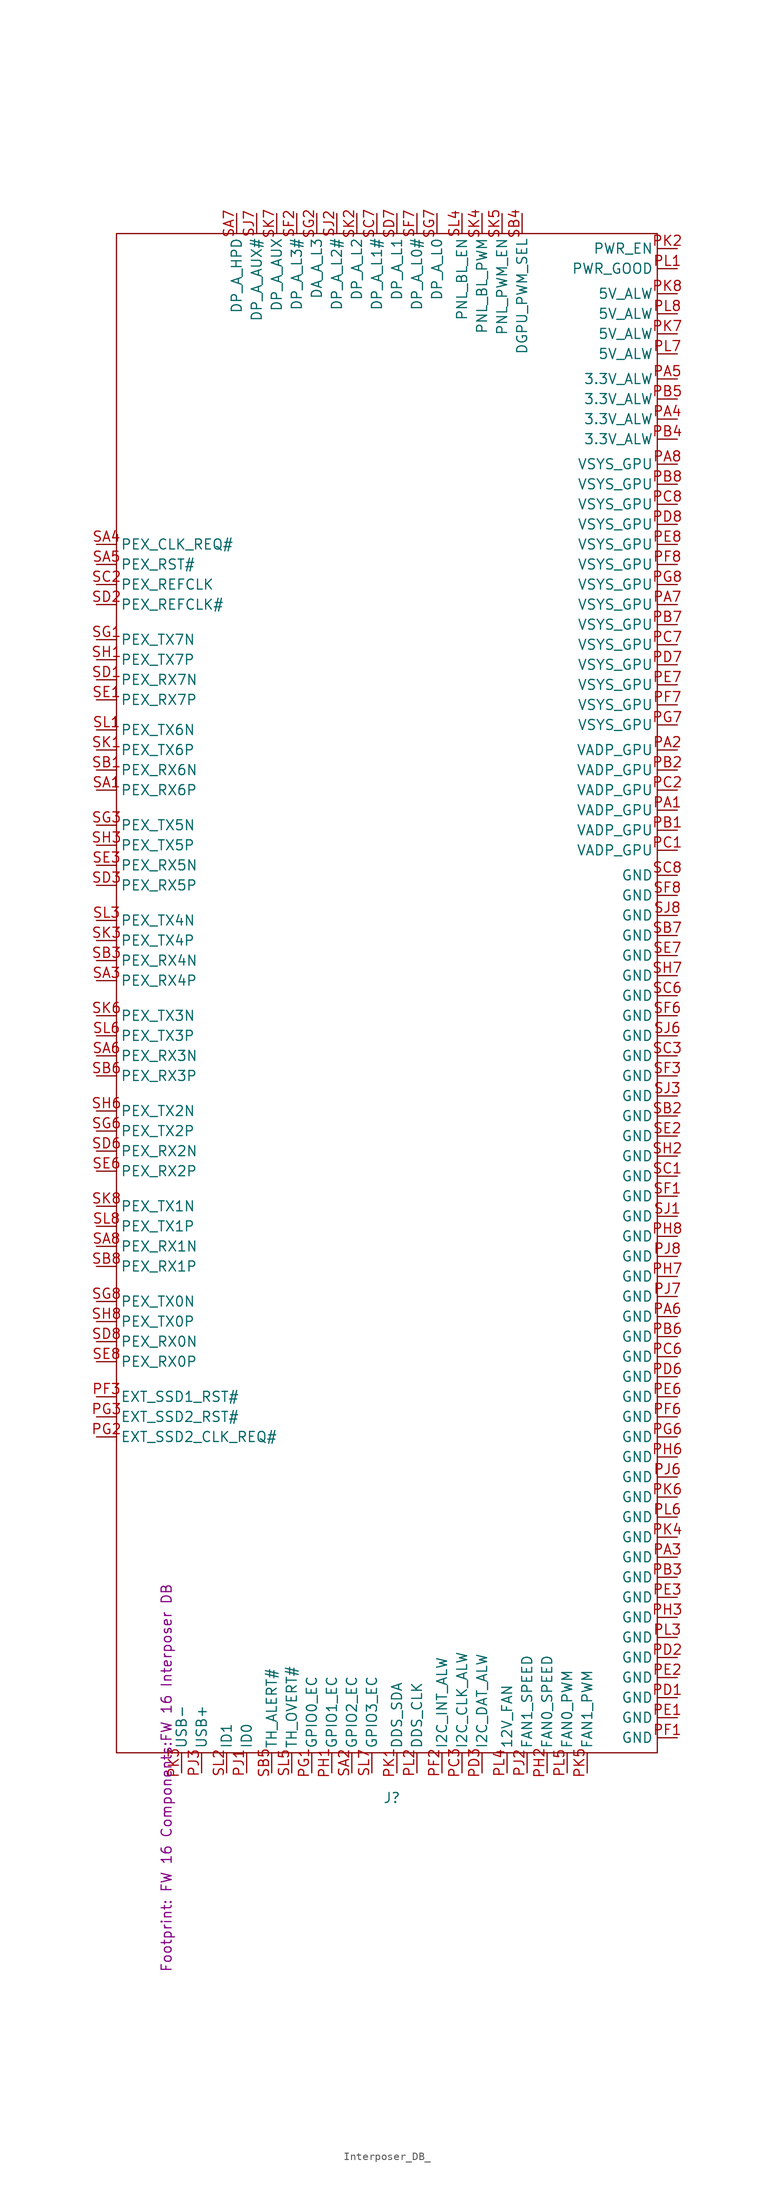
<source format=kicad_sym>
(kicad_symbol_lib
  (version 20231120)
  (generator "kicad_symbol_editor")
  (generator_version "8.0")
  (symbol "Interposer_DB_"
    (property "Reference" "J"
      (at 0 -1.27 0)
      (effects (font (size 1.27 1.27))))
    (property "Value" ""
      (at -28.575 1.27 90)
      (effects (font (size 1.27 1.27))))
    (property "Footprint" "FW 16 Components:FW 16 Interposer DB"
      (at -28.575 1.27 90)
      (show_name)
      (effects (font (size 1.27 1.27))))
    (symbol "Interposer_DB__0_1"
      (rectangle (start -34.925 196.85) (end 33.655 4.445) (stroke (width 0) (type default)) (fill (type none))))
    (symbol "Interposer_DB__1_1"
      (pin bidirectional line (at 36.195 123.825 180) (length 2.54) (name "VADP_GPU" (effects (font (size 1.27 1.27)))) (number "PA1" (effects (font (size 1.27 1.27)))))
      (pin bidirectional line (at 36.195 131.445 180) (length 2.54) (name "VADP_GPU" (effects (font (size 1.27 1.27)))) (number "PA2" (effects (font (size 1.27 1.27)))))
      (pin bidirectional line (at 36.195 29.21 180) (length 2.54) (name "GND" (effects (font (size 1.27 1.27)))) (number "PA3" (effects (font (size 1.27 1.27)))))
      (pin bidirectional line (at 36.195 173.355 180) (length 2.54) (name "3.3V_ALW" (effects (font (size 1.27 1.27)))) (number "PA4" (effects (font (size 1.27 1.27)))))
      (pin bidirectional line (at 36.195 178.435 180) (length 2.54) (name "3.3V_ALW" (effects (font (size 1.27 1.27)))) (number "PA5" (effects (font (size 1.27 1.27)))))
      (pin bidirectional line (at 36.195 59.69 180) (length 2.54) (name "GND" (effects (font (size 1.27 1.27)))) (number "PA6" (effects (font (size 1.27 1.27)))))
      (pin bidirectional line (at 36.195 149.86 180) (length 2.54) (name "VSYS_GPU" (effects (font (size 1.27 1.27)))) (number "PA7" (effects (font (size 1.27 1.27)))))
      (pin bidirectional line (at 36.195 167.64 180) (length 2.54) (name "VSYS_GPU" (effects (font (size 1.27 1.27)))) (number "PA8" (effects (font (size 1.27 1.27)))))
      (pin bidirectional line (at 36.195 121.285 180) (length 2.54) (name "VADP_GPU" (effects (font (size 1.27 1.27)))) (number "PB1" (effects (font (size 1.27 1.27)))))
      (pin bidirectional line (at 36.195 128.905 180) (length 2.54) (name "VADP_GPU" (effects (font (size 1.27 1.27)))) (number "PB2" (effects (font (size 1.27 1.27)))))
      (pin bidirectional line (at 36.195 26.67 180) (length 2.54) (name "GND" (effects (font (size 1.27 1.27)))) (number "PB3" (effects (font (size 1.27 1.27)))))
      (pin bidirectional line (at 36.195 170.815 180) (length 2.54) (name "3.3V_ALW" (effects (font (size 1.27 1.27)))) (number "PB4" (effects (font (size 1.27 1.27)))))
      (pin bidirectional line (at 36.195 175.895 180) (length 2.54) (name "3.3V_ALW" (effects (font (size 1.27 1.27)))) (number "PB5" (effects (font (size 1.27 1.27)))))
      (pin bidirectional line (at 36.195 57.15 180) (length 2.54) (name "GND" (effects (font (size 1.27 1.27)))) (number "PB6" (effects (font (size 1.27 1.27)))))
      (pin bidirectional line (at 36.195 147.32 180) (length 2.54) (name "VSYS_GPU" (effects (font (size 1.27 1.27)))) (number "PB7" (effects (font (size 1.27 1.27)))))
      (pin bidirectional line (at 36.195 165.1 180) (length 2.54) (name "VSYS_GPU" (effects (font (size 1.27 1.27)))) (number "PB8" (effects (font (size 1.27 1.27)))))
      (pin bidirectional line (at 36.195 118.745 180) (length 2.54) (name "VADP_GPU" (effects (font (size 1.27 1.27)))) (number "PC1" (effects (font (size 1.27 1.27)))))
      (pin bidirectional line (at 36.195 126.365 180) (length 2.54) (name "VADP_GPU" (effects (font (size 1.27 1.27)))) (number "PC2" (effects (font (size 1.27 1.27)))))
      (pin bidirectional line (at 8.89 1.905 90) (length 2.54) (name "I2C_CLK_ALW" (effects (font (size 1.27 1.27)))) (number "PC3" (effects (font (size 1.27 1.27)))))
      (pin bidirectional line (at 36.195 54.61 180) (length 2.54) (name "GND" (effects (font (size 1.27 1.27)))) (number "PC6" (effects (font (size 1.27 1.27)))))
      (pin bidirectional line (at 36.195 144.78 180) (length 2.54) (name "VSYS_GPU" (effects (font (size 1.27 1.27)))) (number "PC7" (effects (font (size 1.27 1.27)))))
      (pin bidirectional line (at 36.195 162.56 180) (length 2.54) (name "VSYS_GPU" (effects (font (size 1.27 1.27)))) (number "PC8" (effects (font (size 1.27 1.27)))))
      (pin bidirectional line (at 36.195 11.43 180) (length 2.54) (name "GND" (effects (font (size 1.27 1.27)))) (number "PD1" (effects (font (size 1.27 1.27)))))
      (pin bidirectional line (at 36.195 16.51 180) (length 2.54) (name "GND" (effects (font (size 1.27 1.27)))) (number "PD2" (effects (font (size 1.27 1.27)))))
      (pin bidirectional line (at 11.43 1.905 90) (length 2.54) (name "I2C_DAT_ALW" (effects (font (size 1.27 1.27)))) (number "PD3" (effects (font (size 1.27 1.27)))))
      (pin bidirectional line (at 36.195 52.07 180) (length 2.54) (name "GND" (effects (font (size 1.27 1.27)))) (number "PD6" (effects (font (size 1.27 1.27)))))
      (pin bidirectional line (at 36.195 142.24 180) (length 2.54) (name "VSYS_GPU" (effects (font (size 1.27 1.27)))) (number "PD7" (effects (font (size 1.27 1.27)))))
      (pin bidirectional line (at 36.195 160.02 180) (length 2.54) (name "VSYS_GPU" (effects (font (size 1.27 1.27)))) (number "PD8" (effects (font (size 1.27 1.27)))))
      (pin bidirectional line (at 36.195 8.89 180) (length 2.54) (name "GND" (effects (font (size 1.27 1.27)))) (number "PE1" (effects (font (size 1.27 1.27)))))
      (pin bidirectional line (at 36.195 13.97 180) (length 2.54) (name "GND" (effects (font (size 1.27 1.27)))) (number "PE2" (effects (font (size 1.27 1.27)))))
      (pin bidirectional line (at 36.195 24.13 180) (length 2.54) (name "GND" (effects (font (size 1.27 1.27)))) (number "PE3" (effects (font (size 1.27 1.27)))))
      (pin bidirectional line (at 36.195 49.53 180) (length 2.54) (name "GND" (effects (font (size 1.27 1.27)))) (number "PE6" (effects (font (size 1.27 1.27)))))
      (pin bidirectional line (at 36.195 139.7 180) (length 2.54) (name "VSYS_GPU" (effects (font (size 1.27 1.27)))) (number "PE7" (effects (font (size 1.27 1.27)))))
      (pin bidirectional line (at 36.195 157.48 180) (length 2.54) (name "VSYS_GPU" (effects (font (size 1.27 1.27)))) (number "PE8" (effects (font (size 1.27 1.27)))))
      (pin bidirectional line (at 36.195 6.35 180) (length 2.54) (name "GND" (effects (font (size 1.27 1.27)))) (number "PF1" (effects (font (size 1.27 1.27)))))
      (pin bidirectional line (at 6.35 1.905 90) (length 2.54) (name "I2C_INT_ALW" (effects (font (size 1.27 1.27)))) (number "PF2" (effects (font (size 1.27 1.27)))))
      (pin bidirectional line (at -37.465 49.53 0) (length 2.54) (name "EXT_SSD1_RST#" (effects (font (size 1.27 1.27)))) (number "PF3" (effects (font (size 1.27 1.27)))))
      (pin bidirectional line (at 36.195 46.99 180) (length 2.54) (name "GND" (effects (font (size 1.27 1.27)))) (number "PF6" (effects (font (size 1.27 1.27)))))
      (pin bidirectional line (at 36.195 137.16 180) (length 2.54) (name "VSYS_GPU" (effects (font (size 1.27 1.27)))) (number "PF7" (effects (font (size 1.27 1.27)))))
      (pin bidirectional line (at 36.195 154.94 180) (length 2.54) (name "VSYS_GPU" (effects (font (size 1.27 1.27)))) (number "PF8" (effects (font (size 1.27 1.27)))))
      (pin bidirectional line (at -10.16 1.905 90) (length 2.54) (name "GPIO0_EC" (effects (font (size 1.27 1.27)))) (number "PG1" (effects (font (size 1.27 1.27)))))
      (pin bidirectional line (at -37.465 44.45 0) (length 2.54) (name "EXT_SSD2_CLK_REQ#" (effects (font (size 1.27 1.27)))) (number "PG2" (effects (font (size 1.27 1.27)))))
      (pin bidirectional line (at -37.465 46.99 0) (length 2.54) (name "EXT_SSD2_RST#" (effects (font (size 1.27 1.27)))) (number "PG3" (effects (font (size 1.27 1.27)))))
      (pin bidirectional line (at 36.195 44.45 180) (length 2.54) (name "GND" (effects (font (size 1.27 1.27)))) (number "PG6" (effects (font (size 1.27 1.27)))))
      (pin bidirectional line (at 36.195 134.62 180) (length 2.54) (name "VSYS_GPU" (effects (font (size 1.27 1.27)))) (number "PG7" (effects (font (size 1.27 1.27)))))
      (pin bidirectional line (at 36.195 152.4 180) (length 2.54) (name "VSYS_GPU" (effects (font (size 1.27 1.27)))) (number "PG8" (effects (font (size 1.27 1.27)))))
      (pin bidirectional line (at -7.62 1.905 90) (length 2.54) (name "GPIO1_EC" (effects (font (size 1.27 1.27)))) (number "PH1" (effects (font (size 1.27 1.27)))))
      (pin bidirectional line (at 19.685 1.905 90) (length 2.54) (name "FAN0_SPEED" (effects (font (size 1.27 1.27)))) (number "PH2" (effects (font (size 1.27 1.27)))))
      (pin bidirectional line (at 36.195 21.59 180) (length 2.54) (name "GND" (effects (font (size 1.27 1.27)))) (number "PH3" (effects (font (size 1.27 1.27)))))
      (pin bidirectional line (at 36.195 41.91 180) (length 2.54) (name "GND" (effects (font (size 1.27 1.27)))) (number "PH6" (effects (font (size 1.27 1.27)))))
      (pin bidirectional line (at 36.195 64.77 180) (length 2.54) (name "GND" (effects (font (size 1.27 1.27)))) (number "PH7" (effects (font (size 1.27 1.27)))))
      (pin bidirectional line (at 36.195 69.85 180) (length 2.54) (name "GND" (effects (font (size 1.27 1.27)))) (number "PH8" (effects (font (size 1.27 1.27)))))
      (pin output line (at -18.415 1.905 90) (length 2.54) (name "ID0" (effects (font (size 1.27 1.27)))) (number "PJ1" (effects (font (size 1.27 1.27)))))
      (pin bidirectional line (at 17.145 1.905 90) (length 2.54) (name "FAN1_SPEED" (effects (font (size 1.27 1.27)))) (number "PJ2" (effects (font (size 1.27 1.27)))))
      (pin bidirectional line (at -24.13 1.905 90) (length 2.54) (name "USB+" (effects (font (size 1.27 1.27)))) (number "PJ3" (effects (font (size 1.27 1.27)))))
      (pin bidirectional line (at 36.195 39.37 180) (length 2.54) (name "GND" (effects (font (size 1.27 1.27)))) (number "PJ6" (effects (font (size 1.27 1.27)))))
      (pin bidirectional line (at 36.195 62.23 180) (length 2.54) (name "GND" (effects (font (size 1.27 1.27)))) (number "PJ7" (effects (font (size 1.27 1.27)))))
      (pin bidirectional line (at 36.195 67.31 180) (length 2.54) (name "GND" (effects (font (size 1.27 1.27)))) (number "PJ8" (effects (font (size 1.27 1.27)))))
      (pin bidirectional line (at 0.635 1.905 90) (length 2.54) (name "DDS_SDA" (effects (font (size 1.27 1.27)))) (number "PK1" (effects (font (size 1.27 1.27)))))
      (pin bidirectional line (at 36.195 194.945 180) (length 2.54) (name "PWR_EN" (effects (font (size 1.27 1.27)))) (number "PK2" (effects (font (size 1.27 1.27)))))
      (pin bidirectional line (at -26.67 1.905 90) (length 2.54) (name "USB-" (effects (font (size 1.27 1.27)))) (number "PK3" (effects (font (size 1.27 1.27)))))
      (pin bidirectional line (at 36.195 31.75 180) (length 2.54) (name "GND" (effects (font (size 1.27 1.27)))) (number "PK4" (effects (font (size 1.27 1.27)))))
      (pin bidirectional line (at 24.765 1.905 90) (length 2.54) (name "FAN1_PWM" (effects (font (size 1.27 1.27)))) (number "PK5" (effects (font (size 1.27 1.27)))))
      (pin bidirectional line (at 36.195 36.83 180) (length 2.54) (name "GND" (effects (font (size 1.27 1.27)))) (number "PK6" (effects (font (size 1.27 1.27)))))
      (pin bidirectional line (at 36.195 184.15 180) (length 2.54) (name "5V_ALW" (effects (font (size 1.27 1.27)))) (number "PK7" (effects (font (size 1.27 1.27)))))
      (pin bidirectional line (at 36.195 189.23 180) (length 2.54) (name "5V_ALW" (effects (font (size 1.27 1.27)))) (number "PK8" (effects (font (size 1.27 1.27)))))
      (pin bidirectional line (at 36.195 192.405 180) (length 2.54) (name "PWR_GOOD" (effects (font (size 1.27 1.27)))) (number "PL1" (effects (font (size 1.27 1.27)))))
      (pin bidirectional line (at 3.175 1.905 90) (length 2.54) (name "DDS_CLK" (effects (font (size 1.27 1.27)))) (number "PL2" (effects (font (size 1.27 1.27)))))
      (pin bidirectional line (at 36.195 19.05 180) (length 2.54) (name "GND" (effects (font (size 1.27 1.27)))) (number "PL3" (effects (font (size 1.27 1.27)))))
      (pin bidirectional line (at 14.605 1.905 90) (length 2.54) (name "12V_FAN" (effects (font (size 1.27 1.27)))) (number "PL4" (effects (font (size 1.27 1.27)))))
      (pin bidirectional line (at 22.225 1.905 90) (length 2.54) (name "FAN0_PWM" (effects (font (size 1.27 1.27)))) (number "PL5" (effects (font (size 1.27 1.27)))))
      (pin bidirectional line (at 36.195 34.29 180) (length 2.54) (name "GND" (effects (font (size 1.27 1.27)))) (number "PL6" (effects (font (size 1.27 1.27)))))
      (pin bidirectional line (at 36.195 181.61 180) (length 2.54) (name "5V_ALW" (effects (font (size 1.27 1.27)))) (number "PL7" (effects (font (size 1.27 1.27)))))
      (pin bidirectional line (at 36.195 186.69 180) (length 2.54) (name "5V_ALW" (effects (font (size 1.27 1.27)))) (number "PL8" (effects (font (size 1.27 1.27)))))
      (pin bidirectional line (at -37.465 126.365 0) (length 2.54) (name "PEX_RX6P" (effects (font (size 1.27 1.27)))) (number "SA1" (effects (font (size 1.27 1.27)))))
      (pin bidirectional line (at -5.08 1.905 90) (length 2.54) (name "GPIO2_EC" (effects (font (size 1.27 1.27)))) (number "SA2" (effects (font (size 1.27 1.27)))))
      (pin bidirectional line (at -37.465 102.235 0) (length 2.54) (name "PEX_RX4P" (effects (font (size 1.27 1.27)))) (number "SA3" (effects (font (size 1.27 1.27)))))
      (pin bidirectional line (at -37.465 157.48 0) (length 2.54) (name "PEX_CLK_REQ#" (effects (font (size 1.27 1.27)))) (number "SA4" (effects (font (size 1.27 1.27)))))
      (pin bidirectional line (at -37.465 154.94 0) (length 2.54) (name "PEX_RST#" (effects (font (size 1.27 1.27)))) (number "SA5" (effects (font (size 1.27 1.27)))))
      (pin bidirectional line (at -37.465 92.71 0) (length 2.54) (name "PEX_RX3N" (effects (font (size 1.27 1.27)))) (number "SA6" (effects (font (size 1.27 1.27)))))
      (pin bidirectional line (at -19.685 199.39 270) (length 2.54) (name "DP_A_HPD" (effects (font (size 1.27 1.27)))) (number "SA7" (effects (font (size 1.27 1.27)))))
      (pin bidirectional line (at -37.465 68.58 0) (length 2.54) (name "PEX_RX1N" (effects (font (size 1.27 1.27)))) (number "SA8" (effects (font (size 1.27 1.27)))))
      (pin bidirectional line (at -37.465 128.905 0) (length 2.54) (name "PEX_RX6N" (effects (font (size 1.27 1.27)))) (number "SB1" (effects (font (size 1.27 1.27)))))
      (pin bidirectional line (at 36.195 85.09 180) (length 2.54) (name "GND" (effects (font (size 1.27 1.27)))) (number "SB2" (effects (font (size 1.27 1.27)))))
      (pin bidirectional line (at -37.465 104.775 0) (length 2.54) (name "PEX_RX4N" (effects (font (size 1.27 1.27)))) (number "SB3" (effects (font (size 1.27 1.27)))))
      (pin bidirectional line (at 16.51 199.39 270) (length 2.54) (name "DGPU_PWM_SEL" (effects (font (size 1.27 1.27)))) (number "SB4" (effects (font (size 1.27 1.27)))))
      (pin bidirectional line (at -15.24 1.905 90) (length 2.54) (name "TH_ALERT#" (effects (font (size 1.27 1.27)))) (number "SB5" (effects (font (size 1.27 1.27)))))
      (pin bidirectional line (at -37.465 90.17 0) (length 2.54) (name "PEX_RX3P" (effects (font (size 1.27 1.27)))) (number "SB6" (effects (font (size 1.27 1.27)))))
      (pin bidirectional line (at 36.195 107.95 180) (length 2.54) (name "GND" (effects (font (size 1.27 1.27)))) (number "SB7" (effects (font (size 1.27 1.27)))))
      (pin bidirectional line (at -37.465 66.04 0) (length 2.54) (name "PEX_RX1P" (effects (font (size 1.27 1.27)))) (number "SB8" (effects (font (size 1.27 1.27)))))
      (pin bidirectional line (at 36.195 77.47 180) (length 2.54) (name "GND" (effects (font (size 1.27 1.27)))) (number "SC1" (effects (font (size 1.27 1.27)))))
      (pin bidirectional line (at -37.465 152.4 0) (length 2.54) (name "PEX_REFCLK" (effects (font (size 1.27 1.27)))) (number "SC2" (effects (font (size 1.27 1.27)))))
      (pin bidirectional line (at 36.195 92.71 180) (length 2.54) (name "GND" (effects (font (size 1.27 1.27)))) (number "SC3" (effects (font (size 1.27 1.27)))))
      (pin bidirectional line (at 36.195 100.33 180) (length 2.54) (name "GND" (effects (font (size 1.27 1.27)))) (number "SC6" (effects (font (size 1.27 1.27)))))
      (pin bidirectional line (at -1.905 199.39 270) (length 2.54) (name "DP_A_L1#" (effects (font (size 1.27 1.27)))) (number "SC7" (effects (font (size 1.27 1.27)))))
      (pin bidirectional line (at 36.195 115.57 180) (length 2.54) (name "GND" (effects (font (size 1.27 1.27)))) (number "SC8" (effects (font (size 1.27 1.27)))))
      (pin bidirectional line (at -37.465 140.335 0) (length 2.54) (name "PEX_RX7N" (effects (font (size 1.27 1.27)))) (number "SD1" (effects (font (size 1.27 1.27)))))
      (pin bidirectional line (at -37.465 149.86 0) (length 2.54) (name "PEX_REFCLK#" (effects (font (size 1.27 1.27)))) (number "SD2" (effects (font (size 1.27 1.27)))))
      (pin bidirectional line (at -37.465 114.3 0) (length 2.54) (name "PEX_RX5P" (effects (font (size 1.27 1.27)))) (number "SD3" (effects (font (size 1.27 1.27)))))
      (pin bidirectional line (at -37.465 80.645 0) (length 2.54) (name "PEX_RX2N" (effects (font (size 1.27 1.27)))) (number "SD6" (effects (font (size 1.27 1.27)))))
      (pin bidirectional line (at 0.635 199.39 270) (length 2.54) (name "DP_A_L1" (effects (font (size 1.27 1.27)))) (number "SD7" (effects (font (size 1.27 1.27)))))
      (pin bidirectional line (at -37.465 56.515 0) (length 2.54) (name "PEX_RX0N" (effects (font (size 1.27 1.27)))) (number "SD8" (effects (font (size 1.27 1.27)))))
      (pin bidirectional line (at -37.465 137.795 0) (length 2.54) (name "PEX_RX7P" (effects (font (size 1.27 1.27)))) (number "SE1" (effects (font (size 1.27 1.27)))))
      (pin bidirectional line (at 36.195 82.55 180) (length 2.54) (name "GND" (effects (font (size 1.27 1.27)))) (number "SE2" (effects (font (size 1.27 1.27)))))
      (pin bidirectional line (at -37.465 116.84 0) (length 2.54) (name "PEX_RX5N" (effects (font (size 1.27 1.27)))) (number "SE3" (effects (font (size 1.27 1.27)))))
      (pin bidirectional line (at -37.465 78.105 0) (length 2.54) (name "PEX_RX2P" (effects (font (size 1.27 1.27)))) (number "SE6" (effects (font (size 1.27 1.27)))))
      (pin bidirectional line (at 36.195 105.41 180) (length 2.54) (name "GND" (effects (font (size 1.27 1.27)))) (number "SE7" (effects (font (size 1.27 1.27)))))
      (pin bidirectional line (at -37.465 53.975 0) (length 2.54) (name "PEX_RX0P" (effects (font (size 1.27 1.27)))) (number "SE8" (effects (font (size 1.27 1.27)))))
      (pin bidirectional line (at 36.195 74.93 180) (length 2.54) (name "GND" (effects (font (size 1.27 1.27)))) (number "SF1" (effects (font (size 1.27 1.27)))))
      (pin bidirectional line (at -12.065 199.39 270) (length 2.54) (name "DP_A_L3#" (effects (font (size 1.27 1.27)))) (number "SF2" (effects (font (size 1.27 1.27)))))
      (pin bidirectional line (at 36.195 90.17 180) (length 2.54) (name "GND" (effects (font (size 1.27 1.27)))) (number "SF3" (effects (font (size 1.27 1.27)))))
      (pin bidirectional line (at 36.195 97.79 180) (length 2.54) (name "GND" (effects (font (size 1.27 1.27)))) (number "SF6" (effects (font (size 1.27 1.27)))))
      (pin bidirectional line (at 3.175 199.39 270) (length 2.54) (name "DP_A_L0#" (effects (font (size 1.27 1.27)))) (number "SF7" (effects (font (size 1.27 1.27)))))
      (pin bidirectional line (at 36.195 113.03 180) (length 2.54) (name "GND" (effects (font (size 1.27 1.27)))) (number "SF8" (effects (font (size 1.27 1.27)))))
      (pin bidirectional line (at -37.465 145.415 0) (length 2.54) (name "PEX_TX7N" (effects (font (size 1.27 1.27)))) (number "SG1" (effects (font (size 1.27 1.27)))))
      (pin bidirectional line (at -9.525 199.39 270) (length 2.54) (name "DA_A_L3" (effects (font (size 1.27 1.27)))) (number "SG2" (effects (font (size 1.27 1.27)))))
      (pin bidirectional line (at -37.465 121.92 0) (length 2.54) (name "PEX_TX5N" (effects (font (size 1.27 1.27)))) (number "SG3" (effects (font (size 1.27 1.27)))))
      (pin bidirectional line (at -37.465 83.185 0) (length 2.54) (name "PEX_TX2P" (effects (font (size 1.27 1.27)))) (number "SG6" (effects (font (size 1.27 1.27)))))
      (pin bidirectional line (at 5.715 199.39 270) (length 2.54) (name "DP_A_L0" (effects (font (size 1.27 1.27)))) (number "SG7" (effects (font (size 1.27 1.27)))))
      (pin bidirectional line (at -37.465 61.595 0) (length 2.54) (name "PEX_TX0N" (effects (font (size 1.27 1.27)))) (number "SG8" (effects (font (size 1.27 1.27)))))
      (pin bidirectional line (at -37.465 142.875 0) (length 2.54) (name "PEX_TX7P" (effects (font (size 1.27 1.27)))) (number "SH1" (effects (font (size 1.27 1.27)))))
      (pin bidirectional line (at 36.195 80.01 180) (length 2.54) (name "GND" (effects (font (size 1.27 1.27)))) (number "SH2" (effects (font (size 1.27 1.27)))))
      (pin bidirectional line (at -37.465 119.38 0) (length 2.54) (name "PEX_TX5P" (effects (font (size 1.27 1.27)))) (number "SH3" (effects (font (size 1.27 1.27)))))
      (pin bidirectional line (at -37.465 85.725 0) (length 2.54) (name "PEX_TX2N" (effects (font (size 1.27 1.27)))) (number "SH6" (effects (font (size 1.27 1.27)))))
      (pin bidirectional line (at 36.195 102.87 180) (length 2.54) (name "GND" (effects (font (size 1.27 1.27)))) (number "SH7" (effects (font (size 1.27 1.27)))))
      (pin bidirectional line (at -37.465 59.055 0) (length 2.54) (name "PEX_TX0P" (effects (font (size 1.27 1.27)))) (number "SH8" (effects (font (size 1.27 1.27)))))
      (pin output line (at 36.195 72.39 180) (length 2.54) (name "GND" (effects (font (size 1.27 1.27)))) (number "SJ1" (effects (font (size 1.27 1.27)))))
      (pin bidirectional line (at -6.985 199.39 270) (length 2.54) (name "DP_A_L2#" (effects (font (size 1.27 1.27)))) (number "SJ2" (effects (font (size 1.27 1.27)))))
      (pin bidirectional line (at 36.195 87.63 180) (length 2.54) (name "GND" (effects (font (size 1.27 1.27)))) (number "SJ3" (effects (font (size 1.27 1.27)))))
      (pin bidirectional line (at 36.195 95.25 180) (length 2.54) (name "GND" (effects (font (size 1.27 1.27)))) (number "SJ6" (effects (font (size 1.27 1.27)))))
      (pin bidirectional line (at -17.145 199.39 270) (length 2.54) (name "DP_A_AUX#" (effects (font (size 1.27 1.27)))) (number "SJ7" (effects (font (size 1.27 1.27)))))
      (pin bidirectional line (at 36.195 110.49 180) (length 2.54) (name "GND" (effects (font (size 1.27 1.27)))) (number "SJ8" (effects (font (size 1.27 1.27)))))
      (pin bidirectional line (at -37.465 131.445 0) (length 2.54) (name "PEX_TX6P" (effects (font (size 1.27 1.27)))) (number "SK1" (effects (font (size 1.27 1.27)))))
      (pin bidirectional line (at -4.445 199.39 270) (length 2.54) (name "DP_A_L2" (effects (font (size 1.27 1.27)))) (number "SK2" (effects (font (size 1.27 1.27)))))
      (pin bidirectional line (at -37.465 107.315 0) (length 2.54) (name "PEX_TX4P" (effects (font (size 1.27 1.27)))) (number "SK3" (effects (font (size 1.27 1.27)))))
      (pin bidirectional line (at 11.43 199.39 270) (length 2.54) (name "PNL_BL_PWM" (effects (font (size 1.27 1.27)))) (number "SK4" (effects (font (size 1.27 1.27)))))
      (pin bidirectional line (at 13.97 199.39 270) (length 2.54) (name "PNL_PWM_EN" (effects (font (size 1.27 1.27)))) (number "SK5" (effects (font (size 1.27 1.27)))))
      (pin bidirectional line (at -37.465 97.79 0) (length 2.54) (name "PEX_TX3N" (effects (font (size 1.27 1.27)))) (number "SK6" (effects (font (size 1.27 1.27)))))
      (pin bidirectional line (at -14.605 199.39 270) (length 2.54) (name "DP_A_AUX" (effects (font (size 1.27 1.27)))) (number "SK7" (effects (font (size 1.27 1.27)))))
      (pin bidirectional line (at -37.465 73.66 0) (length 2.54) (name "PEX_TX1N" (effects (font (size 1.27 1.27)))) (number "SK8" (effects (font (size 1.27 1.27)))))
      (pin bidirectional line (at -37.465 133.985 0) (length 2.54) (name "PEX_TX6N" (effects (font (size 1.27 1.27)))) (number "SL1" (effects (font (size 1.27 1.27)))))
      (pin bidirectional line (at -20.955 1.905 90) (length 2.54) (name "ID1" (effects (font (size 1.27 1.27)))) (number "SL2" (effects (font (size 1.27 1.27)))))
      (pin bidirectional line (at -37.465 109.855 0) (length 2.54) (name "PEX_TX4N" (effects (font (size 1.27 1.27)))) (number "SL3" (effects (font (size 1.27 1.27)))))
      (pin bidirectional line (at 8.89 199.39 270) (length 2.54) (name "PNL_BL_EN" (effects (font (size 1.27 1.27)))) (number "SL4" (effects (font (size 1.27 1.27)))))
      (pin bidirectional line (at -12.7 1.905 90) (length 2.54) (name "TH_OVERT#" (effects (font (size 1.27 1.27)))) (number "SL5" (effects (font (size 1.27 1.27)))))
      (pin bidirectional line (at -37.465 95.25 0) (length 2.54) (name "PEX_TX3P" (effects (font (size 1.27 1.27)))) (number "SL6" (effects (font (size 1.27 1.27)))))
      (pin bidirectional line (at -2.54 1.905 90) (length 2.54) (name "GPIO3_EC" (effects (font (size 1.27 1.27)))) (number "SL7" (effects (font (size 1.27 1.27)))))
      (pin bidirectional line (at -37.465 71.12 0) (length 2.54) (name "PEX_TX1P" (effects (font (size 1.27 1.27)))) (number "SL8" (effects (font (size 1.27 1.27))))))))
</source>
